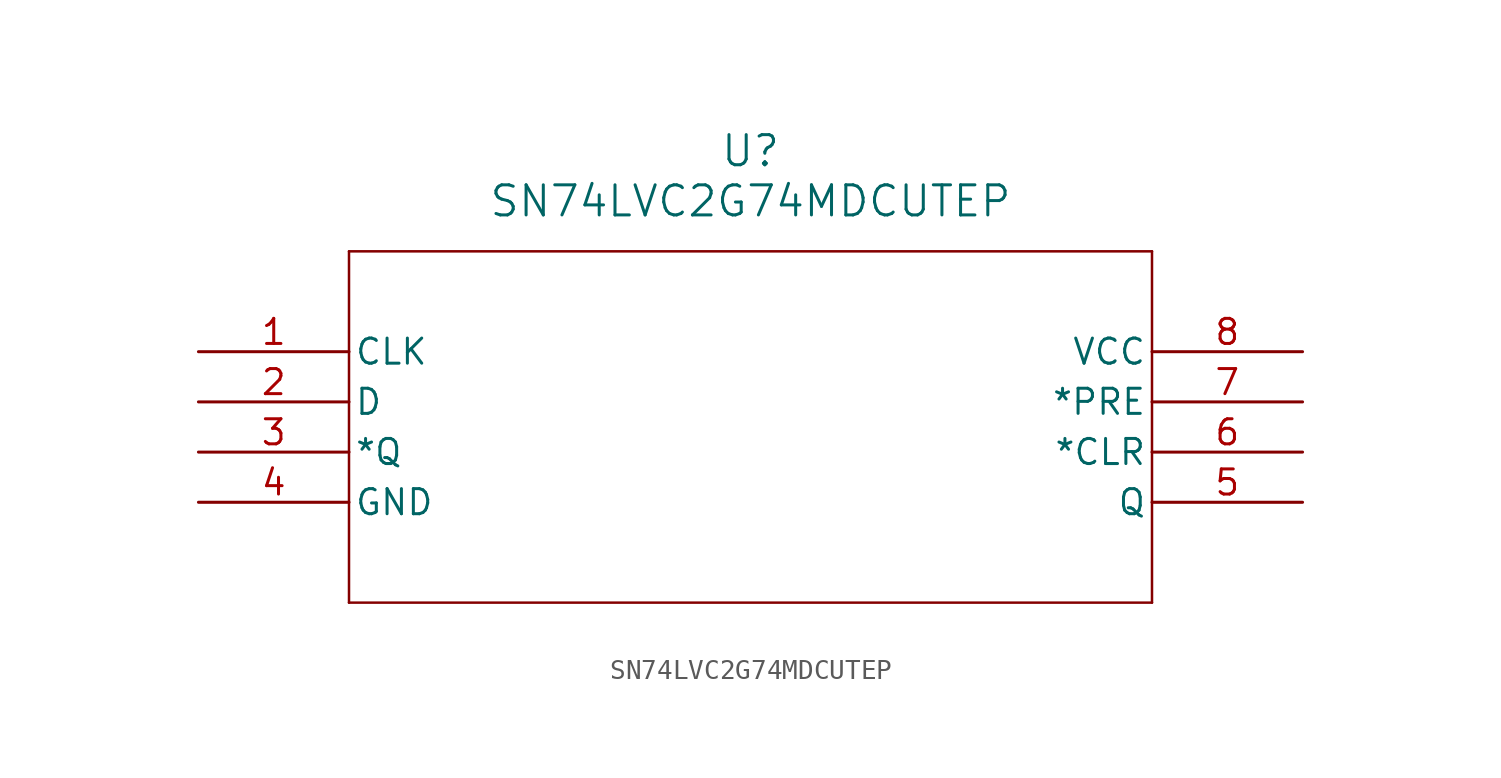
<source format=kicad_sym>
(kicad_symbol_lib
  (version 20211014)
  (generator kicad_symbol_editor)
  (symbol "SN74LVC2G74MDCUTEP"
    (pin_names
      (offset 0.254))
    (property "Reference" "U"
      (at 27.94 10.16 0)
      (effects (font (size 1.524 1.524))))
    (property "Value" "SN74LVC2G74MDCUTEP"
      (at 27.94 7.62 0)
      (effects (font (size 1.524 1.524))))
    (symbol "SN74LVC2G74MDCUTEP_0_1"
      (polyline (pts (xy 7.62 5.08) (xy 7.62 -12.7)) (stroke (width 0.127) (type default) (color 0 0 0 0)) (fill (type none)))
      (polyline (pts (xy 7.62 -12.7) (xy 48.26 -12.7)) (stroke (width 0.127) (type default) (color 0 0 0 0)) (fill (type none)))
      (polyline (pts (xy 48.26 -12.7) (xy 48.26 5.08)) (stroke (width 0.127) (type default) (color 0 0 0 0)) (fill (type none)))
      (polyline (pts (xy 48.26 5.08) (xy 7.62 5.08)) (stroke (width 0.127) (type default) (color 0 0 0 0)) (fill (type none)))
      (pin input line (at 0 0 0) (length 7.62) (name "CLK" (effects (font (size 1.27 1.27)))) (number "1" (effects (font (size 1.27 1.27)))))
      (pin input line (at 0 -2.54 0) (length 7.62) (name "D" (effects (font (size 1.27 1.27)))) (number "2" (effects (font (size 1.27 1.27)))))
      (pin output line (at 0 -5.08 0) (length 7.62) (name "*Q" (effects (font (size 1.27 1.27)))) (number "3" (effects (font (size 1.27 1.27)))))
      (pin power_in line (at 0 -7.62 0) (length 7.62) (name "GND" (effects (font (size 1.27 1.27)))) (number "4" (effects (font (size 1.27 1.27)))))
      (pin output line (at 55.88 -7.62 180) (length 7.62) (name "Q" (effects (font (size 1.27 1.27)))) (number "5" (effects (font (size 1.27 1.27)))))
      (pin input line (at 55.88 -5.08 180) (length 7.62) (name "*CLR" (effects (font (size 1.27 1.27)))) (number "6" (effects (font (size 1.27 1.27)))))
      (pin input line (at 55.88 -2.54 180) (length 7.62) (name "*PRE" (effects (font (size 1.27 1.27)))) (number "7" (effects (font (size 1.27 1.27)))))
      (pin power_in line (at 55.88 0 180) (length 7.62) (name "VCC" (effects (font (size 1.27 1.27)))) (number "8" (effects (font (size 1.27 1.27))))))))
</source>
